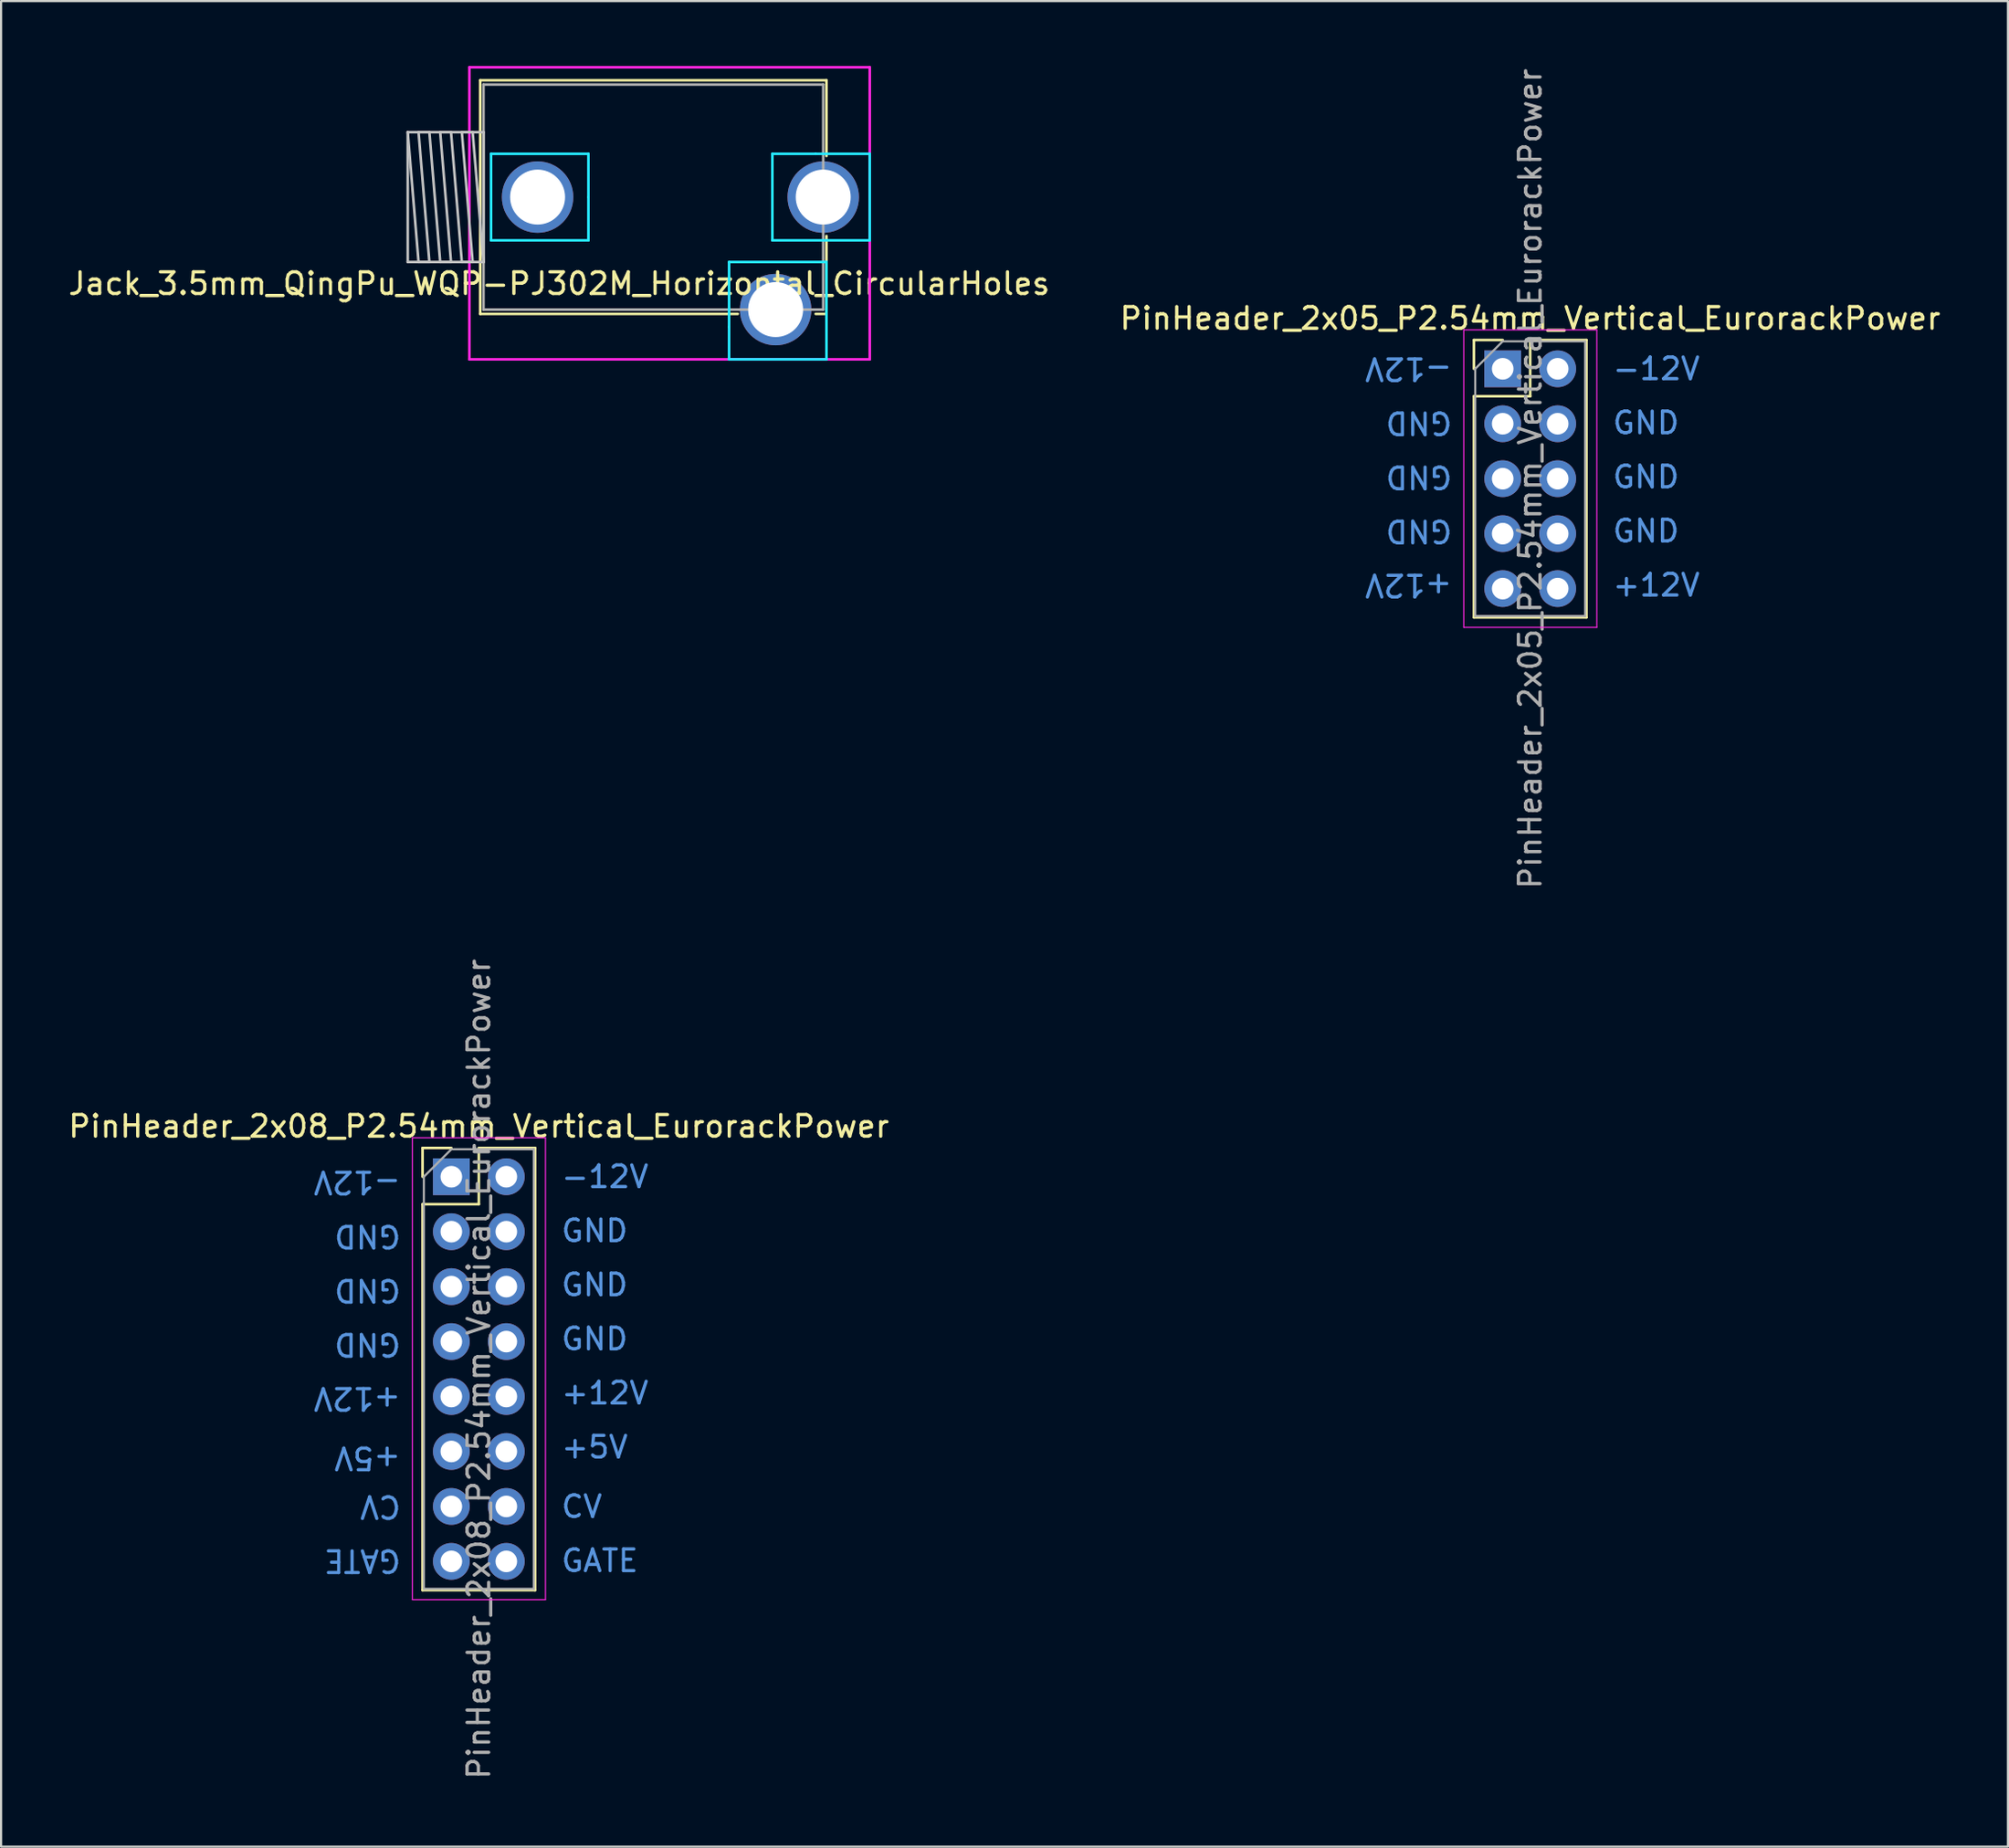
<source format=kicad_pcb>
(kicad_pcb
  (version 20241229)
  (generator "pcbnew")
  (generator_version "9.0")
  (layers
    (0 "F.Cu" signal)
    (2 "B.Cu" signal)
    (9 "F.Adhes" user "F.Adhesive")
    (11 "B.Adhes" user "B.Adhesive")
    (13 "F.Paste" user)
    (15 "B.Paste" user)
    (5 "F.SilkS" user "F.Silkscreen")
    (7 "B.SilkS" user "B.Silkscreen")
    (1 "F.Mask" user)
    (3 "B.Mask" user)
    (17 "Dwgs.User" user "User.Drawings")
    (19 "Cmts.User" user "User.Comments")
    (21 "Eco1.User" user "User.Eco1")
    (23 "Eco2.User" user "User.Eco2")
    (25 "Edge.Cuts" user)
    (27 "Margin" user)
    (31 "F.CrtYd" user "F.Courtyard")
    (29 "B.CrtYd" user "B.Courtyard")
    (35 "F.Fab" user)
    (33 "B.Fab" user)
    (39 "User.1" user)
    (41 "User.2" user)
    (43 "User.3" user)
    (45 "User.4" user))
  (footprint "PinHeader_2x08_P2.54mm_Vertical_EurorackPower"
    (layer "F.Cu")
    (at 17.807 51.342)
    (property "Reference" "PinHeader_2x08_P2.54mm_Vertical_EurorackPower" (at 1.27 -2.33 0) (layer "F.SilkS") (effects (font (size 1 1) (thickness 0.15))))
    (attr through_hole)
    (fp_line (start -1.33 -1.33) (end 0 -1.33) (stroke (width 0.12) (type solid)) (layer "F.SilkS"))
    (fp_line (start -1.33 0) (end -1.33 -1.33) (stroke (width 0.12) (type solid)) (layer "F.SilkS"))
    (fp_line (start -1.33 1.27) (end -1.33 19.11) (stroke (width 0.12) (type solid)) (layer "F.SilkS"))
    (fp_line (start -1.33 1.27) (end 1.27 1.27) (stroke (width 0.12) (type solid)) (layer "F.SilkS"))
    (fp_line (start -1.33 19.11) (end 3.87 19.11) (stroke (width 0.12) (type solid)) (layer "F.SilkS"))
    (fp_line (start 1.27 -1.33) (end 3.87 -1.33) (stroke (width 0.12) (type solid)) (layer "F.SilkS"))
    (fp_line (start 1.27 1.27) (end 1.27 -1.33) (stroke (width 0.12) (type solid)) (layer "F.SilkS"))
    (fp_line (start 3.87 -1.33) (end 3.87 19.11) (stroke (width 0.12) (type solid)) (layer "F.SilkS"))
    (fp_line (start -1.8 -1.8) (end -1.8 19.55) (stroke (width 0.05) (type solid)) (layer "F.CrtYd"))
    (fp_line (start -1.8 19.55) (end 4.35 19.55) (stroke (width 0.05) (type solid)) (layer "F.CrtYd"))
    (fp_line (start 4.35 -1.8) (end -1.8 -1.8) (stroke (width 0.05) (type solid)) (layer "F.CrtYd"))
    (fp_line (start 4.35 19.55) (end 4.35 -1.8) (stroke (width 0.05) (type solid)) (layer "F.CrtYd"))
    (fp_line (start -1.27 0) (end 0 -1.27) (stroke (width 0.1) (type solid)) (layer "F.Fab"))
    (fp_line (start -1.27 19.05) (end -1.27 0) (stroke (width 0.1) (type solid)) (layer "F.Fab"))
    (fp_line (start 0 -1.27) (end 3.81 -1.27) (stroke (width 0.1) (type solid)) (layer "F.Fab"))
    (fp_line (start 3.81 -1.27) (end 3.81 19.05) (stroke (width 0.1) (type solid)) (layer "F.Fab"))
    (fp_line (start 3.81 19.05) (end -1.27 19.05) (stroke (width 0.1) (type solid)) (layer "F.Fab"))
    (fp_text user "-12V" (at -2.25 0.25 180) (unlocked yes) (layer "Cmts.User") (effects (font (size 1 1) (thickness 0.15)) (justify left)))
    (fp_text user "+5V" (at -2.25 13 180) (unlocked yes) (layer "Cmts.User") (effects (font (size 1 1) (thickness 0.15)) (justify left)))
    (fp_text user "GND" (at 5 5 0) (unlocked yes) (layer "Cmts.User") (effects (font (size 1 1) (thickness 0.15)) (justify left)))
    (fp_text user "+5V" (at 5 12.5 0) (unlocked yes) (layer "Cmts.User") (effects (font (size 1 1) (thickness 0.15)) (justify left)))
    (fp_text user "+12V" (at -2.25 10.25 180) (unlocked yes) (layer "Cmts.User") (effects (font (size 1 1) (thickness 0.15)) (justify left)))
    (fp_text user "CV" (at 5 15.25 0) (unlocked yes) (layer "Cmts.User") (effects (font (size 1 1) (thickness 0.15)) (justify left)))
    (fp_text user "GATE" (at 5 17.75 0) (unlocked yes) (layer "Cmts.User") (effects (font (size 1 1) (thickness 0.15)) (justify left)))
    (fp_text user "GND" (at -2.25 2.75 180) (unlocked yes) (layer "Cmts.User") (effects (font (size 1 1) (thickness 0.15)) (justify left)))
    (fp_text user "+12V" (at 5 10 0) (unlocked yes) (layer "Cmts.User") (effects (font (size 1 1) (thickness 0.15)) (justify left)))
    (fp_text user "CV" (at -2.25 15.25 180) (unlocked yes) (layer "Cmts.User") (effects (font (size 1 1) (thickness 0.15)) (justify left)))
    (fp_text user "GND" (at -2.25 7.75 180) (unlocked yes) (layer "Cmts.User") (effects (font (size 1 1) (thickness 0.15)) (justify left)))
    (fp_text user "GND" (at 5 2.5 0) (unlocked yes) (layer "Cmts.User") (effects (font (size 1 1) (thickness 0.15)) (justify left)))
    (fp_text user "GND" (at -2.25 5.25 180) (unlocked yes) (layer "Cmts.User") (effects (font (size 1 1) (thickness 0.15)) (justify left)))
    (fp_text user "-12V" (at 5 0 0) (unlocked yes) (layer "Cmts.User") (effects (font (size 1 1) (thickness 0.15)) (justify left)))
    (fp_text user "GATE" (at -2.25 17.75 180) (unlocked yes) (layer "Cmts.User") (effects (font (size 1 1) (thickness 0.15)) (justify left)))
    (fp_text user "GND" (at 5 7.5 0) (unlocked yes) (layer "Cmts.User") (effects (font (size 1 1) (thickness 0.15)) (justify left)))
    (fp_text user "${REFERENCE}" (at 1.27 8.89 90) (layer "F.Fab") (effects (font (size 1 1) (thickness 0.15))))
    (pad "1" thru_hole rect (at 0 0) (size 1.7 1.7) (drill 1) (layers "*.Cu" "*.Mask"))
    (pad "2" thru_hole oval (at 2.54 0) (size 1.7 1.7) (drill 1) (layers "*.Cu" "*.Mask"))
    (pad "3" thru_hole oval (at 0 2.54) (size 1.7 1.7) (drill 1) (layers "*.Cu" "*.Mask"))
    (pad "4" thru_hole oval (at 2.54 2.54) (size 1.7 1.7) (drill 1) (layers "*.Cu" "*.Mask"))
    (pad "5" thru_hole oval (at 0 5.08) (size 1.7 1.7) (drill 1) (layers "*.Cu" "*.Mask"))
    (pad "6" thru_hole oval (at 2.54 5.08) (size 1.7 1.7) (drill 1) (layers "*.Cu" "*.Mask"))
    (pad "7" thru_hole oval (at 0 7.62) (size 1.7 1.7) (drill 1) (layers "*.Cu" "*.Mask"))
    (pad "8" thru_hole oval (at 2.54 7.62) (size 1.7 1.7) (drill 1) (layers "*.Cu" "*.Mask"))
    (pad "9" thru_hole oval (at 0 10.16) (size 1.7 1.7) (drill 1) (layers "*.Cu" "*.Mask"))
    (pad "10" thru_hole oval (at 2.54 10.16) (size 1.7 1.7) (drill 1) (layers "*.Cu" "*.Mask"))
    (pad "11" thru_hole oval (at 0 12.7) (size 1.7 1.7) (drill 1) (layers "*.Cu" "*.Mask"))
    (pad "12" thru_hole oval (at 2.54 12.7) (size 1.7 1.7) (drill 1) (layers "*.Cu" "*.Mask"))
    (pad "13" thru_hole oval (at 0 15.24) (size 1.7 1.7) (drill 1) (layers "*.Cu" "*.Mask"))
    (pad "14" thru_hole oval (at 2.54 15.24) (size 1.7 1.7) (drill 1) (layers "*.Cu" "*.Mask"))
    (pad "15" thru_hole oval (at 0 17.78) (size 1.7 1.7) (drill 1) (layers "*.Cu" "*.Mask"))
    (pad "16" thru_hole oval (at 2.54 17.78) (size 1.7 1.7) (drill 1) (layers "*.Cu" "*.Mask")))
  (footprint "Jack_3.5mm_QingPu_WQP-PJ302M_Horizontal_CircularHoles"
    (layer "F.Cu")
    (at 27.142 6.06)
    (property "Reference" "Jack_3.5mm_QingPu_WQP-PJ302M_Horizontal_CircularHoles" (at -4.35 4 0) (layer "F.SilkS") (effects (font (size 1 1) (thickness 0.15))))
    (attr through_hole)
    (fp_line (start -8 -5.4) (end 8 -5.4) (stroke (width 0.12) (type solid)) (layer "F.SilkS"))
    (fp_line (start -8 5.4) (end -8 -5.4) (stroke (width 0.12) (type solid)) (layer "F.SilkS"))
    (fp_line (start 3.9 5.4) (end -8 5.4) (stroke (width 0.12) (type solid)) (layer "F.SilkS"))
    (fp_line (start 8 -5.4) (end 8 -1.9) (stroke (width 0.12) (type solid)) (layer "F.SilkS"))
    (fp_line (start 8 1.8) (end 8 5.4) (stroke (width 0.12) (type solid)) (layer "F.SilkS"))
    (fp_line (start 8 5.4) (end 7.5 5.4) (stroke (width 0.12) (type solid)) (layer "F.SilkS"))
    (fp_line (start -11.35 -3) (end -7.85 -3) (stroke (width 0.12) (type solid)) (layer "Dwgs.User"))
    (fp_line (start -11.35 3) (end -11.35 -3) (stroke (width 0.12) (type solid)) (layer "Dwgs.User"))
    (fp_line (start -10.85 -3) (end -10.35 3) (stroke (width 0.12) (type solid)) (layer "Dwgs.User"))
    (fp_line (start -10.85 3) (end -11.35 -3) (stroke (width 0.12) (type solid)) (layer "Dwgs.User"))
    (fp_line (start -10.35 -3) (end -10.85 -3) (stroke (width 0.12) (type solid)) (layer "Dwgs.User"))
    (fp_line (start -10.35 3) (end -10.85 3) (stroke (width 0.12) (type solid)) (layer "Dwgs.User"))
    (fp_line (start -9.85 -3) (end -9.35 3) (stroke (width 0.12) (type solid)) (layer "Dwgs.User"))
    (fp_line (start -9.85 3) (end -10.35 -3) (stroke (width 0.12) (type solid)) (layer "Dwgs.User"))
    (fp_line (start -9.35 -3) (end -9.85 -3) (stroke (width 0.12) (type solid)) (layer "Dwgs.User"))
    (fp_line (start -9.35 3) (end -9.85 3) (stroke (width 0.12) (type solid)) (layer "Dwgs.User"))
    (fp_line (start -8.85 -3) (end -8.35 3) (stroke (width 0.12) (type solid)) (layer "Dwgs.User"))
    (fp_line (start -8.85 3) (end -9.35 -3) (stroke (width 0.12) (type solid)) (layer "Dwgs.User"))
    (fp_line (start -8.35 -3) (end -8.85 -3) (stroke (width 0.12) (type solid)) (layer "Dwgs.User"))
    (fp_line (start -8.35 3) (end -8.85 3) (stroke (width 0.12) (type solid)) (layer "Dwgs.User"))
    (fp_line (start -7.85 -3) (end -7.85 3) (stroke (width 0.12) (type solid)) (layer "Dwgs.User"))
    (fp_line (start -7.85 3) (end -11.35 3) (stroke (width 0.12) (type solid)) (layer "Dwgs.User"))
    (fp_line (start -7.85 3) (end -8.35 -3) (stroke (width 0.12) (type solid)) (layer "Dwgs.User"))
    (fp_line (start -7.5 -2) (end -7.5 2) (stroke (width 0.12) (type solid)) (layer "B.CrtYd"))
    (fp_line (start -7.5 2) (end -3 2) (stroke (width 0.12) (type solid)) (layer "B.CrtYd"))
    (fp_line (start -3 -2) (end -7.5 -2) (stroke (width 0.12) (type solid)) (layer "B.CrtYd"))
    (fp_line (start -3 0) (end -3 -2) (stroke (width 0.12) (type solid)) (layer "B.CrtYd"))
    (fp_line (start -3 2) (end -3 0) (stroke (width 0.12) (type solid)) (layer "B.CrtYd"))
    (fp_line (start 3.5 3) (end 8 3) (stroke (width 0.12) (type solid)) (layer "B.CrtYd"))
    (fp_line (start 3.5 6) (end 3.5 3) (stroke (width 0.12) (type solid)) (layer "B.CrtYd"))
    (fp_line (start 3.5 7.5) (end 3.5 6) (stroke (width 0.12) (type solid)) (layer "B.CrtYd"))
    (fp_line (start 5.5 -2) (end 5.5 2) (stroke (width 0.12) (type solid)) (layer "B.CrtYd"))
    (fp_line (start 5.5 2) (end 10 2) (stroke (width 0.12) (type solid)) (layer "B.CrtYd"))
    (fp_line (start 7.5 -2) (end 5.5 -2) (stroke (width 0.12) (type solid)) (layer "B.CrtYd"))
    (fp_line (start 8 3) (end 8 7.5) (stroke (width 0.12) (type solid)) (layer "B.CrtYd"))
    (fp_line (start 8 7.5) (end 3.5 7.5) (stroke (width 0.12) (type solid)) (layer "B.CrtYd"))
    (fp_line (start 10 -2) (end 7.5 -2) (stroke (width 0.12) (type solid)) (layer "B.CrtYd"))
    (fp_line (start 10 2) (end 10 -2) (stroke (width 0.12) (type solid)) (layer "B.CrtYd"))
    (fp_line (start -8.5 -6) (end -8.5 7.5) (stroke (width 0.12) (type solid)) (layer "F.CrtYd"))
    (fp_line (start -8.5 7.5) (end 10 7.5) (stroke (width 0.12) (type solid)) (layer "F.CrtYd"))
    (fp_line (start 10 -6) (end -8.5 -6) (stroke (width 0.12) (type solid)) (layer "F.CrtYd"))
    (fp_line (start 10 0) (end 10 -6) (stroke (width 0.12) (type solid)) (layer "F.CrtYd"))
    (fp_line (start 10 7.5) (end 10 0) (stroke (width 0.12) (type solid)) (layer "F.CrtYd"))
    (fp_line (start -7.85 -5.2) (end -7.85 5.2) (stroke (width 0.12) (type solid)) (layer "F.Fab"))
    (fp_line (start -7.85 5.2) (end 7.85 5.2) (stroke (width 0.12) (type solid)) (layer "F.Fab"))
    (fp_line (start 7.85 -5.2) (end -7.85 -5.2) (stroke (width 0.12) (type solid)) (layer "F.Fab"))
    (fp_line (start 7.85 5.2) (end 7.85 -5.2) (stroke (width 0.12) (type solid)) (layer "F.Fab"))
    (pad "S" thru_hole circle (at -5.35 0) (size 3.302 3.302) (drill 2.54) (layers "*.Cu" "*.Mask"))
    (pad "T" thru_hole circle (at 7.85 0) (size 3.302 3.302) (drill 2.54) (layers "*.Cu" "*.Mask"))
    (pad "TN" thru_hole circle (at 5.65 5.2) (size 3.302 3.302) (drill 2.54) (layers "*.Cu" "*.Mask")))
  (footprint "PinHeader_2x05_P2.54mm_Vertical_EurorackPower"
    (layer "F.Cu")
    (at 66.391 13.997)
    (property "Reference" "PinHeader_2x05_P2.54mm_Vertical_EurorackPower" (at 1.27 -2.33 0) (layer "F.SilkS") (effects (font (size 1 1) (thickness 0.15))))
    (attr through_hole)
    (fp_line (start -1.33 -1.33) (end 0 -1.33) (stroke (width 0.12) (type solid)) (layer "F.SilkS"))
    (fp_line (start -1.33 0) (end -1.33 -1.33) (stroke (width 0.12) (type solid)) (layer "F.SilkS"))
    (fp_line (start -1.33 1.27) (end -1.33 11.49) (stroke (width 0.12) (type solid)) (layer "F.SilkS"))
    (fp_line (start -1.33 1.27) (end 1.27 1.27) (stroke (width 0.12) (type solid)) (layer "F.SilkS"))
    (fp_line (start -1.33 11.49) (end 3.87 11.49) (stroke (width 0.12) (type solid)) (layer "F.SilkS"))
    (fp_line (start 1.27 -1.33) (end 3.87 -1.33) (stroke (width 0.12) (type solid)) (layer "F.SilkS"))
    (fp_line (start 1.27 1.27) (end 1.27 -1.33) (stroke (width 0.12) (type solid)) (layer "F.SilkS"))
    (fp_line (start 3.87 -1.33) (end 3.87 11.49) (stroke (width 0.12) (type solid)) (layer "F.SilkS"))
    (fp_line (start -1.8 -1.8) (end -1.8 11.95) (stroke (width 0.05) (type solid)) (layer "F.CrtYd"))
    (fp_line (start -1.8 11.95) (end 4.35 11.95) (stroke (width 0.05) (type solid)) (layer "F.CrtYd"))
    (fp_line (start 4.35 -1.8) (end -1.8 -1.8) (stroke (width 0.05) (type solid)) (layer "F.CrtYd"))
    (fp_line (start 4.35 11.95) (end 4.35 -1.8) (stroke (width 0.05) (type solid)) (layer "F.CrtYd"))
    (fp_line (start -1.27 0) (end 0 -1.27) (stroke (width 0.1) (type solid)) (layer "F.Fab"))
    (fp_line (start -1.27 11.43) (end -1.27 0) (stroke (width 0.1) (type solid)) (layer "F.Fab"))
    (fp_line (start 0 -1.27) (end 3.81 -1.27) (stroke (width 0.1) (type solid)) (layer "F.Fab"))
    (fp_line (start 3.81 -1.27) (end 3.81 11.43) (stroke (width 0.1) (type solid)) (layer "F.Fab"))
    (fp_line (start 3.81 11.43) (end -1.27 11.43) (stroke (width 0.1) (type solid)) (layer "F.Fab"))
    (fp_text user "+12V" (at -2.25 10 180) (unlocked yes) (layer "Cmts.User") (effects (font (size 1 1) (thickness 0.15)) (justify left)))
    (fp_text user "+12V" (at 5 10 0) (unlocked yes) (layer "Cmts.User") (effects (font (size 1 1) (thickness 0.15)) (justify left)))
    (fp_text user "GND" (at 5 2.5 0) (unlocked yes) (layer "Cmts.User") (effects (font (size 1 1) (thickness 0.15)) (justify left)))
    (fp_text user "-12V" (at 5 0 0) (unlocked yes) (layer "Cmts.User") (effects (font (size 1 1) (thickness 0.15)) (justify left)))
    (fp_text user "GND" (at -2.25 5 180) (unlocked yes) (layer "Cmts.User") (effects (font (size 1 1) (thickness 0.15)) (justify left)))
    (fp_text user "-12V" (at -2.25 0 180) (unlocked yes) (layer "Cmts.User") (effects (font (size 1 1) (thickness 0.15)) (justify left)))
    (fp_text user "GND" (at 5 7.5 0) (unlocked yes) (layer "Cmts.User") (effects (font (size 1 1) (thickness 0.15)) (justify left)))
    (fp_text user "GND" (at 5 5 0) (unlocked yes) (layer "Cmts.User") (effects (font (size 1 1) (thickness 0.15)) (justify left)))
    (fp_text user "GND" (at -2.25 2.5 180) (unlocked yes) (layer "Cmts.User") (effects (font (size 1 1) (thickness 0.15)) (justify left)))
    (fp_text user "GND" (at -2.25 7.5 180) (unlocked yes) (layer "Cmts.User") (effects (font (size 1 1) (thickness 0.15)) (justify left)))
    (fp_text user "${REFERENCE}" (at 1.27 5.08 90) (layer "F.Fab") (effects (font (size 1 1) (thickness 0.15))))
    (pad "1" thru_hole rect (at 0 0) (size 1.7 1.7) (drill 1) (layers "*.Cu" "*.Mask"))
    (pad "2" thru_hole oval (at 2.54 0) (size 1.7 1.7) (drill 1) (layers "*.Cu" "*.Mask"))
    (pad "3" thru_hole oval (at 0 2.54) (size 1.7 1.7) (drill 1) (layers "*.Cu" "*.Mask"))
    (pad "4" thru_hole oval (at 2.54 2.54) (size 1.7 1.7) (drill 1) (layers "*.Cu" "*.Mask"))
    (pad "5" thru_hole oval (at 0 5.08) (size 1.7 1.7) (drill 1) (layers "*.Cu" "*.Mask"))
    (pad "6" thru_hole oval (at 2.54 5.08) (size 1.7 1.7) (drill 1) (layers "*.Cu" "*.Mask"))
    (pad "7" thru_hole oval (at 0 7.62) (size 1.7 1.7) (drill 1) (layers "*.Cu" "*.Mask"))
    (pad "8" thru_hole oval (at 2.54 7.62) (size 1.7 1.7) (drill 1) (layers "*.Cu" "*.Mask"))
    (pad "9" thru_hole oval (at 0 10.16) (size 1.7 1.7) (drill 1) (layers "*.Cu" "*.Mask"))
    (pad "10" thru_hole oval (at 2.54 10.16) (size 1.7 1.7) (drill 1) (layers "*.Cu" "*.Mask")))
  (gr_rect
    (start -3 -3)
    (end 89.738 82.31)
    (stroke (width 0.1) (type default))
    (fill no)
    (layer "Edge.Cuts")))
</source>
